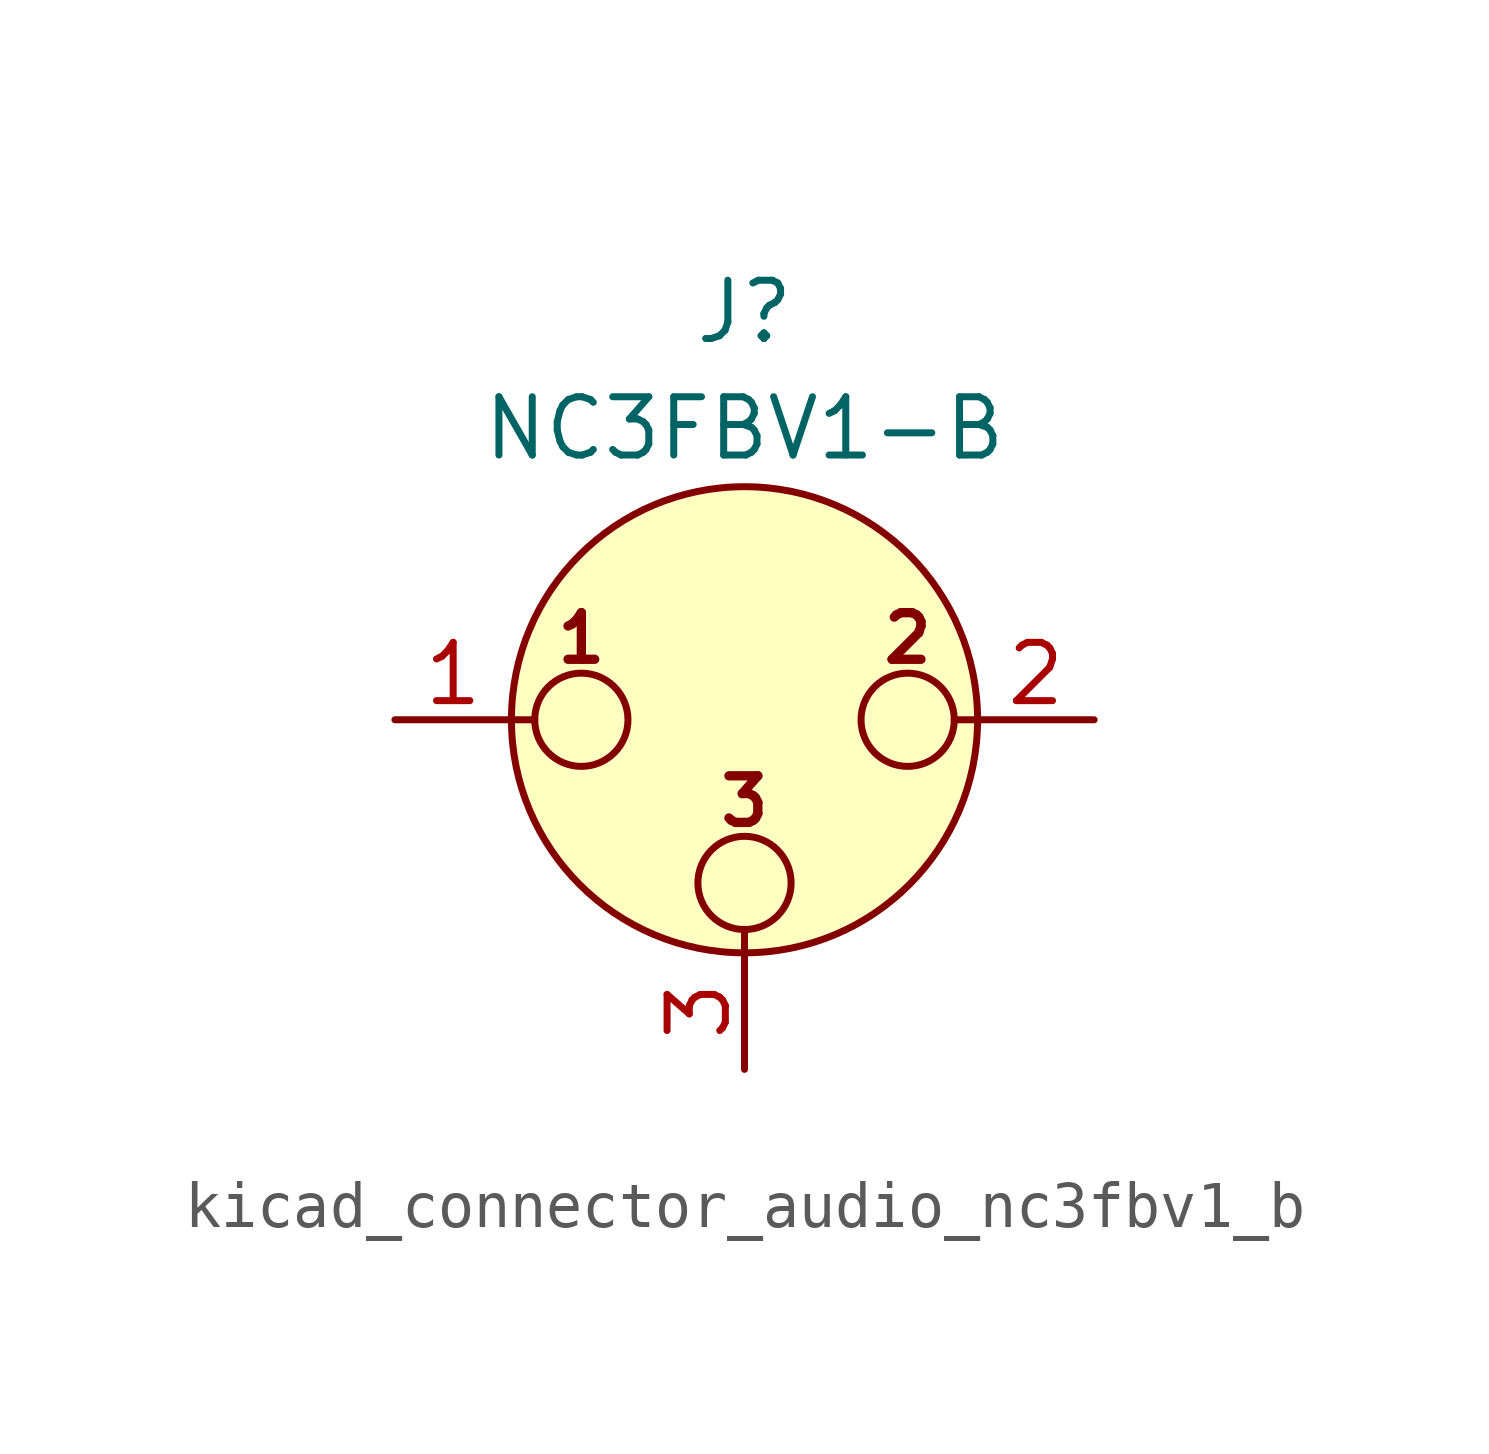
<source format=kicad_sym>
(kicad_symbol_lib
  (version 20220914)
  (generator kicad_symbol_editor)
  (symbol "kicad_connector_audio_nc3fbv1_b"
    (pin_names hide)
    (property "Reference" "J"
      (at 0 8.89 0)
      (effects (font (size 1.27 1.27))))
    (property "Value" "NC3FBV1-B"
      (at 0 6.35 0)
      (effects (font (size 1.27 1.27))))
    (symbol "kicad_connector_audio_nc3fbv1_b_0_1"
      (circle (center -3.556 0) (radius 1.016) (stroke (width 0) (type default)) (fill (type none)))
      (circle (center 0 -3.556) (radius 1.016) (stroke (width 0) (type default)) (fill (type none)))
      (polyline (pts (xy -5.08 0) (xy -4.572 0)) (stroke (width 0) (type default)) (fill (type none)))
      (polyline (pts (xy 0 -5.08) (xy 0 -4.572)) (stroke (width 0) (type default)) (fill (type none)))
      (polyline (pts (xy 5.08 0) (xy 4.572 0)) (stroke (width 0) (type default)) (fill (type none)))
      (circle (center 0 0) (radius 5.08) (stroke (width 0) (type default)) (fill (type background)))
      (circle (center 3.556 0) (radius 1.016) (stroke (width 0) (type default)) (fill (type none)))
      (text "1" (at -3.556 1.778 0) (effects (font (size 1.016 1.016) bold)))
      (text "2" (at 3.556 1.778 0) (effects (font (size 1.016 1.016) bold)))
      (text "3" (at 0 -1.778 0) (effects (font (size 1.016 1.016) bold)))
      (pin passive line (at -7.62 0 0) (length 2.54) (name "~" (effects (font (size 1.27 1.27)))) (number "1" (effects (font (size 1.27 1.27)))))
      (pin passive line (at 7.62 0 180) (length 2.54) (name "~" (effects (font (size 1.27 1.27)))) (number "2" (effects (font (size 1.27 1.27)))))
      (pin passive line (at 0 -7.62 90) (length 2.54) (name "~" (effects (font (size 1.27 1.27)))) (number "3" (effects (font (size 1.27 1.27))))))))
</source>
